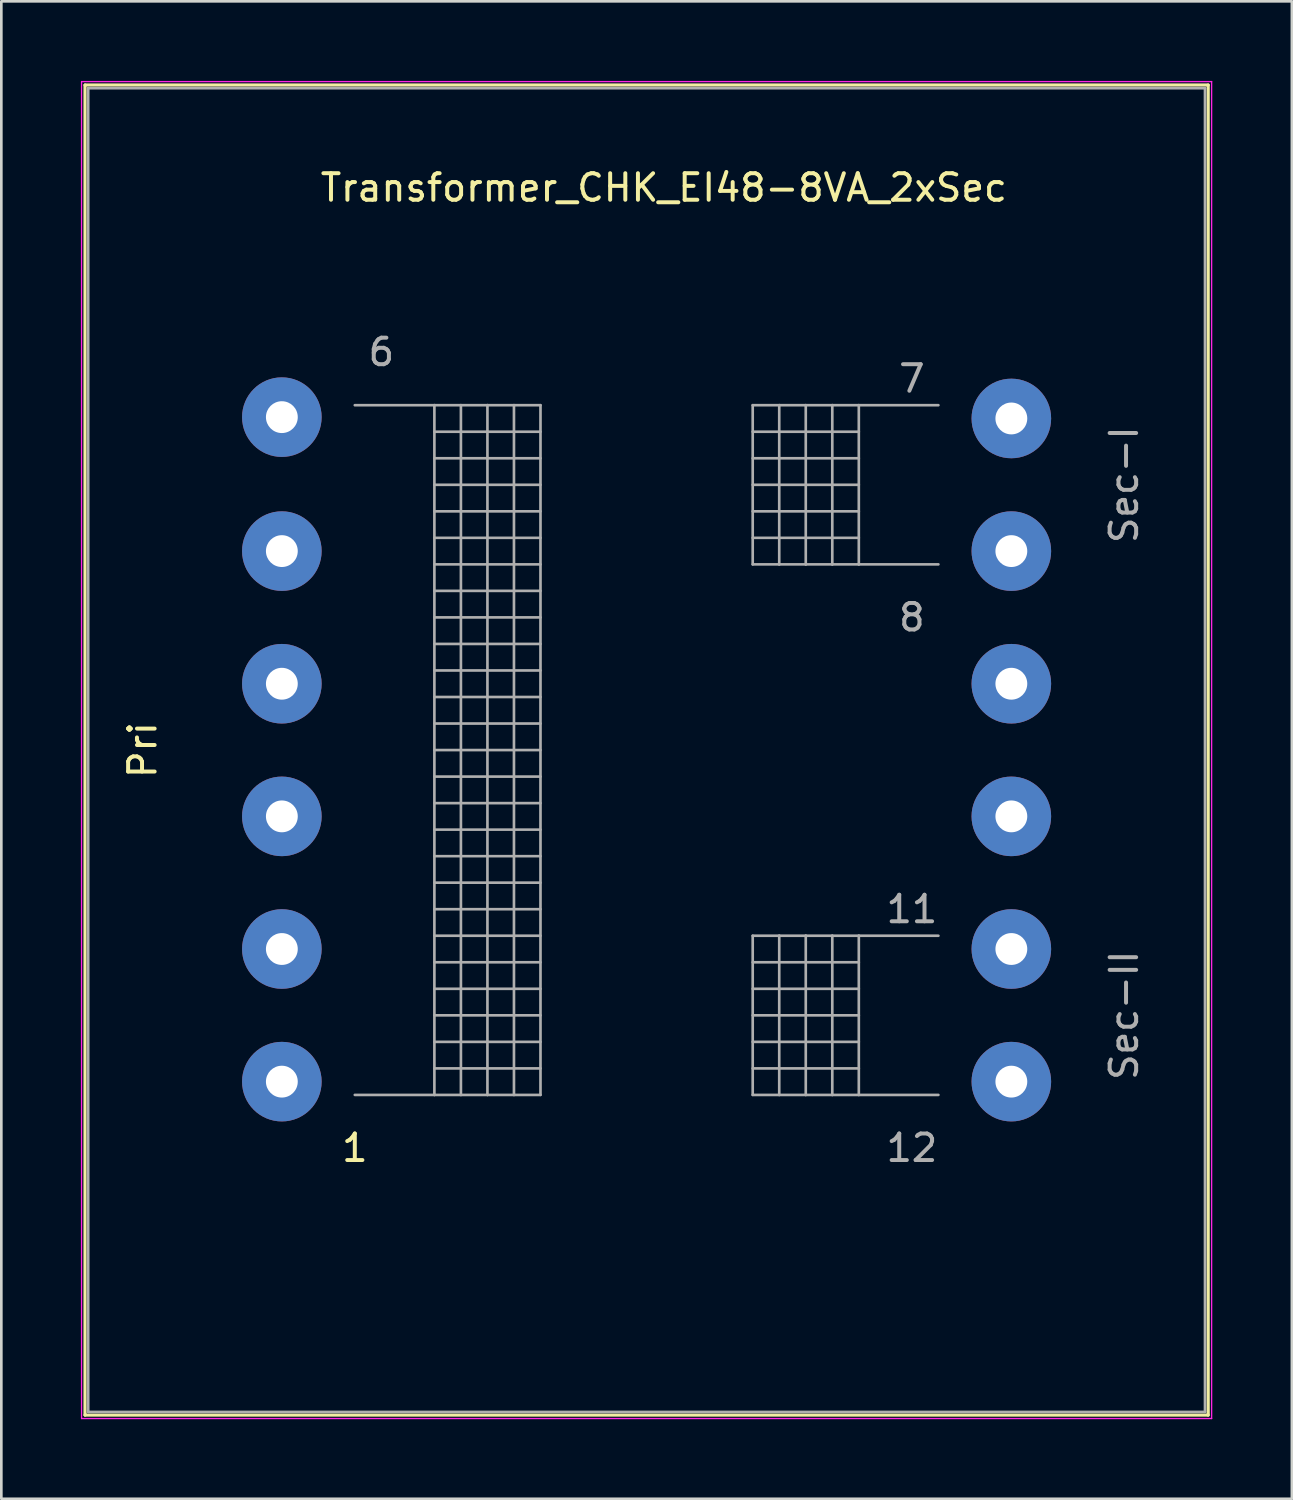
<source format=kicad_pcb>
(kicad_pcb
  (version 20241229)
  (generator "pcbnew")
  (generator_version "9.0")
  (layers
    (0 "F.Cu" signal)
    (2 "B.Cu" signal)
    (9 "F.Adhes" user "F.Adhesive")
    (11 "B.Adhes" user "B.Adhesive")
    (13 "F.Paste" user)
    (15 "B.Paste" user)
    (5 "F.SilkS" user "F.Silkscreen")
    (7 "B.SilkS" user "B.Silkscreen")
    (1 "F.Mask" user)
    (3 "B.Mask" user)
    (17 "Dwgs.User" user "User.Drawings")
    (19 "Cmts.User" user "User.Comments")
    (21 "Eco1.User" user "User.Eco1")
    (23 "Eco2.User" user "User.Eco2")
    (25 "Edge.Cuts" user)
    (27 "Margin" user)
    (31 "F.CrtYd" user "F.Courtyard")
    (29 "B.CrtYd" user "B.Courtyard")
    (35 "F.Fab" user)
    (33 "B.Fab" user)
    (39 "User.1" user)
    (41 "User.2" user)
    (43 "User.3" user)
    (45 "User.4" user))
  (footprint "Transformer_CHK_EI48-8VA_2xSec"
    (layer "F.Cu")
    (at 7.575 37.725)
    (property "Reference" "Transformer_CHK_EI48-8VA_2xSec" (at 14.4 -33.7 0) (layer "F.SilkS") (effects (font (size 1 1) (thickness 0.15))))
    (attr through_hole)
    (fp_line (start -7.42 -37.57) (end -7.42 12.57) (stroke (width 0.12) (type solid)) (layer "F.SilkS"))
    (fp_line (start -7.42 -37.57) (end 34.92 -37.57) (stroke (width 0.12) (type solid)) (layer "F.SilkS"))
    (fp_line (start 34.92 12.57) (end -7.42 12.57) (stroke (width 0.12) (type solid)) (layer "F.SilkS"))
    (fp_line (start 34.92 12.57) (end 34.92 -37.57) (stroke (width 0.12) (type solid)) (layer "F.SilkS"))
    (fp_line (start -7.55 -37.7) (end -7.55 12.7) (stroke (width 0.05) (type solid)) (layer "F.CrtYd"))
    (fp_line (start -7.55 -37.7) (end 35.05 -37.7) (stroke (width 0.05) (type solid)) (layer "F.CrtYd"))
    (fp_line (start 35.05 12.7) (end -7.55 12.7) (stroke (width 0.05) (type solid)) (layer "F.CrtYd"))
    (fp_line (start 35.05 12.7) (end 35.05 -37.7) (stroke (width 0.05) (type solid)) (layer "F.CrtYd"))
    (fp_line (start -7.3 -37.45) (end 34.8 -37.45) (stroke (width 0.1) (type solid)) (layer "F.Fab"))
    (fp_line (start -7.3 12.45) (end -7.3 -37.45) (stroke (width 0.1) (type solid)) (layer "F.Fab"))
    (fp_line (start 2.75 -25.5) (end 5.75 -25.5) (stroke (width 0.1) (type solid)) (layer "F.Fab"))
    (fp_line (start 5.75 -25.5) (end 5.75 0.5) (stroke (width 0.1) (type solid)) (layer "F.Fab"))
    (fp_line (start 5.75 -25.5) (end 6.75 -25.5) (stroke (width 0.1) (type solid)) (layer "F.Fab"))
    (fp_line (start 5.75 -24.5) (end 9.75 -24.5) (stroke (width 0.1) (type solid)) (layer "F.Fab"))
    (fp_line (start 5.75 -23.5) (end 9.75 -23.5) (stroke (width 0.1) (type solid)) (layer "F.Fab"))
    (fp_line (start 5.75 -22.5) (end 9.75 -22.5) (stroke (width 0.1) (type solid)) (layer "F.Fab"))
    (fp_line (start 5.75 -21.5) (end 9.75 -21.5) (stroke (width 0.1) (type solid)) (layer "F.Fab"))
    (fp_line (start 5.75 -20.5) (end 9.75 -20.5) (stroke (width 0.1) (type solid)) (layer "F.Fab"))
    (fp_line (start 5.75 -19.5) (end 9.75 -19.5) (stroke (width 0.1) (type solid)) (layer "F.Fab"))
    (fp_line (start 5.75 -18.5) (end 9.75 -18.5) (stroke (width 0.1) (type solid)) (layer "F.Fab"))
    (fp_line (start 5.75 -17.5) (end 9.75 -17.5) (stroke (width 0.1) (type solid)) (layer "F.Fab"))
    (fp_line (start 5.75 -16.5) (end 9.75 -16.5) (stroke (width 0.1) (type solid)) (layer "F.Fab"))
    (fp_line (start 5.75 -15.5) (end 9.75 -15.5) (stroke (width 0.1) (type solid)) (layer "F.Fab"))
    (fp_line (start 5.75 -13.5) (end 9.75 -13.5) (stroke (width 0.1) (type solid)) (layer "F.Fab"))
    (fp_line (start 5.75 -12.5) (end 9.75 -12.5) (stroke (width 0.1) (type solid)) (layer "F.Fab"))
    (fp_line (start 5.75 -10.5) (end 9.75 -10.5) (stroke (width 0.1) (type solid)) (layer "F.Fab"))
    (fp_line (start 5.75 -8.5) (end 9.75 -8.5) (stroke (width 0.1) (type solid)) (layer "F.Fab"))
    (fp_line (start 5.75 -6.5) (end 9.75 -6.5) (stroke (width 0.1) (type solid)) (layer "F.Fab"))
    (fp_line (start 5.75 -4.5) (end 9.75 -4.5) (stroke (width 0.1) (type solid)) (layer "F.Fab"))
    (fp_line (start 5.75 -2.5) (end 9.75 -2.5) (stroke (width 0.1) (type solid)) (layer "F.Fab"))
    (fp_line (start 5.75 -0.5) (end 9.75 -0.5) (stroke (width 0.1) (type solid)) (layer "F.Fab"))
    (fp_line (start 5.75 0.5) (end 2.75 0.5) (stroke (width 0.1) (type solid)) (layer "F.Fab"))
    (fp_line (start 6.75 -25.5) (end 6.75 0.5) (stroke (width 0.1) (type solid)) (layer "F.Fab"))
    (fp_line (start 6.75 -25.5) (end 7.75 -25.5) (stroke (width 0.1) (type solid)) (layer "F.Fab"))
    (fp_line (start 6.75 0.5) (end 5.75 0.5) (stroke (width 0.1) (type solid)) (layer "F.Fab"))
    (fp_line (start 7.75 -25.5) (end 7.75 0.5) (stroke (width 0.1) (type solid)) (layer "F.Fab"))
    (fp_line (start 7.75 -25.5) (end 8.75 -25.5) (stroke (width 0.1) (type solid)) (layer "F.Fab"))
    (fp_line (start 7.75 0.5) (end 6.75 0.5) (stroke (width 0.1) (type solid)) (layer "F.Fab"))
    (fp_line (start 8.75 -25.5) (end 8.75 0.5) (stroke (width 0.1) (type solid)) (layer "F.Fab"))
    (fp_line (start 8.75 -25.5) (end 9.75 -25.5) (stroke (width 0.1) (type solid)) (layer "F.Fab"))
    (fp_line (start 8.75 0.5) (end 7.75 0.5) (stroke (width 0.1) (type solid)) (layer "F.Fab"))
    (fp_line (start 9.75 -25.5) (end 9.75 0.5) (stroke (width 0.1) (type solid)) (layer "F.Fab"))
    (fp_line (start 9.75 -14.5) (end 5.75 -14.5) (stroke (width 0.1) (type solid)) (layer "F.Fab"))
    (fp_line (start 9.75 -11.5) (end 5.75 -11.5) (stroke (width 0.1) (type solid)) (layer "F.Fab"))
    (fp_line (start 9.75 -9.5) (end 5.75 -9.5) (stroke (width 0.1) (type solid)) (layer "F.Fab"))
    (fp_line (start 9.75 -7.5) (end 5.75 -7.5) (stroke (width 0.1) (type solid)) (layer "F.Fab"))
    (fp_line (start 9.75 -5.5) (end 5.75 -5.5) (stroke (width 0.1) (type solid)) (layer "F.Fab"))
    (fp_line (start 9.75 -3.5) (end 5.75 -3.5) (stroke (width 0.1) (type solid)) (layer "F.Fab"))
    (fp_line (start 9.75 -1.5) (end 5.75 -1.5) (stroke (width 0.1) (type solid)) (layer "F.Fab"))
    (fp_line (start 9.75 0.5) (end 8.75 0.5) (stroke (width 0.1) (type solid)) (layer "F.Fab"))
    (fp_line (start 17.75 -25.5) (end 17.75 -19.5) (stroke (width 0.1) (type solid)) (layer "F.Fab"))
    (fp_line (start 17.75 -24.5) (end 21.75 -24.5) (stroke (width 0.1) (type solid)) (layer "F.Fab"))
    (fp_line (start 17.75 -23.5) (end 21.75 -23.5) (stroke (width 0.1) (type solid)) (layer "F.Fab"))
    (fp_line (start 17.75 -22.5) (end 21.75 -22.5) (stroke (width 0.1) (type solid)) (layer "F.Fab"))
    (fp_line (start 17.75 -21.5) (end 21.75 -21.5) (stroke (width 0.1) (type solid)) (layer "F.Fab"))
    (fp_line (start 17.75 -20.5) (end 21.75 -20.5) (stroke (width 0.1) (type solid)) (layer "F.Fab"))
    (fp_line (start 17.75 -19.5) (end 18.75 -19.5) (stroke (width 0.1) (type solid)) (layer "F.Fab"))
    (fp_line (start 17.75 -5.5) (end 17.75 0.5) (stroke (width 0.1) (type solid)) (layer "F.Fab"))
    (fp_line (start 17.75 -4.5) (end 21.75 -4.5) (stroke (width 0.1) (type solid)) (layer "F.Fab"))
    (fp_line (start 17.75 -3.5) (end 21.75 -3.5) (stroke (width 0.1) (type solid)) (layer "F.Fab"))
    (fp_line (start 17.75 -2.5) (end 21.75 -2.5) (stroke (width 0.1) (type solid)) (layer "F.Fab"))
    (fp_line (start 17.75 -1.5) (end 21.75 -1.5) (stroke (width 0.1) (type solid)) (layer "F.Fab"))
    (fp_line (start 17.75 -0.5) (end 21.75 -0.5) (stroke (width 0.1) (type solid)) (layer "F.Fab"))
    (fp_line (start 17.75 0.5) (end 18.75 0.5) (stroke (width 0.1) (type solid)) (layer "F.Fab"))
    (fp_line (start 18.75 -25.5) (end 17.75 -25.5) (stroke (width 0.1) (type solid)) (layer "F.Fab"))
    (fp_line (start 18.75 -25.5) (end 18.75 -19.5) (stroke (width 0.1) (type solid)) (layer "F.Fab"))
    (fp_line (start 18.75 -19.5) (end 19.75 -19.5) (stroke (width 0.1) (type solid)) (layer "F.Fab"))
    (fp_line (start 18.75 -5.5) (end 17.75 -5.5) (stroke (width 0.1) (type solid)) (layer "F.Fab"))
    (fp_line (start 18.75 -5.5) (end 18.75 0.5) (stroke (width 0.1) (type solid)) (layer "F.Fab"))
    (fp_line (start 18.75 0.5) (end 19.75 0.5) (stroke (width 0.1) (type solid)) (layer "F.Fab"))
    (fp_line (start 19.75 -25.5) (end 18.75 -25.5) (stroke (width 0.1) (type solid)) (layer "F.Fab"))
    (fp_line (start 19.75 -25.5) (end 19.75 -19.5) (stroke (width 0.1) (type solid)) (layer "F.Fab"))
    (fp_line (start 19.75 -19.5) (end 20.75 -19.5) (stroke (width 0.1) (type solid)) (layer "F.Fab"))
    (fp_line (start 19.75 -5.5) (end 18.75 -5.5) (stroke (width 0.1) (type solid)) (layer "F.Fab"))
    (fp_line (start 19.75 -5.5) (end 19.75 0.5) (stroke (width 0.1) (type solid)) (layer "F.Fab"))
    (fp_line (start 19.75 0.5) (end 20.75 0.5) (stroke (width 0.1) (type solid)) (layer "F.Fab"))
    (fp_line (start 20.75 -25.5) (end 19.75 -25.5) (stroke (width 0.1) (type solid)) (layer "F.Fab"))
    (fp_line (start 20.75 -25.5) (end 20.75 -19.5) (stroke (width 0.1) (type solid)) (layer "F.Fab"))
    (fp_line (start 20.75 -19.5) (end 21.75 -19.5) (stroke (width 0.1) (type solid)) (layer "F.Fab"))
    (fp_line (start 20.75 -5.5) (end 19.75 -5.5) (stroke (width 0.1) (type solid)) (layer "F.Fab"))
    (fp_line (start 20.75 -5.5) (end 20.75 0.5) (stroke (width 0.1) (type solid)) (layer "F.Fab"))
    (fp_line (start 20.75 0.5) (end 21.75 0.5) (stroke (width 0.1) (type solid)) (layer "F.Fab"))
    (fp_line (start 21.75 -25.5) (end 20.75 -25.5) (stroke (width 0.1) (type solid)) (layer "F.Fab"))
    (fp_line (start 21.75 -25.5) (end 21.75 -19.5) (stroke (width 0.1) (type solid)) (layer "F.Fab"))
    (fp_line (start 21.75 -19.5) (end 24.75 -19.5) (stroke (width 0.1) (type solid)) (layer "F.Fab"))
    (fp_line (start 21.75 -5.5) (end 20.75 -5.5) (stroke (width 0.1) (type solid)) (layer "F.Fab"))
    (fp_line (start 21.75 -5.5) (end 21.75 0.5) (stroke (width 0.1) (type solid)) (layer "F.Fab"))
    (fp_line (start 21.75 0.5) (end 24.75 0.5) (stroke (width 0.1) (type solid)) (layer "F.Fab"))
    (fp_line (start 24.75 -25.5) (end 21.75 -25.5) (stroke (width 0.1) (type solid)) (layer "F.Fab"))
    (fp_line (start 24.75 -5.5) (end 21.75 -5.5) (stroke (width 0.1) (type solid)) (layer "F.Fab"))
    (fp_line (start 34.8 -37.45) (end 34.8 12.45) (stroke (width 0.1) (type solid)) (layer "F.Fab"))
    (fp_line (start 34.8 12.45) (end -7.3 12.45) (stroke (width 0.1) (type solid)) (layer "F.Fab"))
    (fp_text user "Pri" (at -5.25 -12.5 90) (layer "F.SilkS") (effects (font (size 1 1) (thickness 0.15))))
    (fp_text user "1" (at 2.75 2.5 0) (layer "F.SilkS") (effects (font (size 1 1) (thickness 0.15))))
    (fp_text user "11" (at 23.75 -6.5 0) (layer "F.Fab") (effects (font (size 1 1) (thickness 0.15))))
    (fp_text user "7" (at 23.75 -26.5 0) (layer "F.Fab") (effects (font (size 1 1) (thickness 0.15))))
    (fp_text user "Sec-II" (at 31.75 -2.5 90) (layer "F.Fab") (effects (font (size 1 1) (thickness 0.15))))
    (fp_text user "6" (at 3.75 -27.5 0) (layer "F.Fab") (effects (font (size 1 1) (thickness 0.15))))
    (fp_text user "12" (at 23.75 2.5 0) (layer "F.Fab") (effects (font (size 1 1) (thickness 0.15))))
    (fp_text user "Sec-I" (at 31.75 -22.5 90) (layer "F.Fab") (effects (font (size 1 1) (thickness 0.15))))
    (fp_text user "8" (at 23.75 -17.5 0) (layer "F.Fab") (effects (font (size 1 1) (thickness 0.15))))
    (pad "1" thru_hole circle (at 0 0) (size 3 3) (drill 1.2) (layers "*.Cu" "*.Mask"))
    (pad "2" thru_hole circle (at 0 -5) (size 3 3) (drill 1.2) (layers "*.Cu" "*.Mask"))
    (pad "3" thru_hole circle (at 0 -10) (size 3 3) (drill 1.2) (layers "*.Cu" "*.Mask"))
    (pad "4" thru_hole circle (at 0 -15) (size 3 3) (drill 1.2) (layers "*.Cu" "*.Mask"))
    (pad "5" thru_hole circle (at 0 -20) (size 3 3) (drill 1.2) (layers "*.Cu" "*.Mask"))
    (pad "6" thru_hole circle (at 0 -25.05) (size 3 3) (drill 1.2) (layers "*.Cu" "*.Mask"))
    (pad "7" thru_hole circle (at 27.5 -25) (size 3 3) (drill 1.2) (layers "*.Cu" "*.Mask"))
    (pad "8" thru_hole circle (at 27.5 -20) (size 3 3) (drill 1.2) (layers "*.Cu" "*.Mask"))
    (pad "9" thru_hole circle (at 27.5 -15) (size 3 3) (drill 1.2) (layers "*.Cu" "*.Mask"))
    (pad "10" thru_hole circle (at 27.5 -10) (size 3 3) (drill 1.2) (layers "*.Cu" "*.Mask"))
    (pad "11" thru_hole circle (at 27.5 -5) (size 3 3) (drill 1.2) (layers "*.Cu" "*.Mask"))
    (pad "12" thru_hole circle (at 27.5 0) (size 3 3) (drill 1.2) (layers "*.Cu" "*.Mask")))
  (gr_rect
    (start -3 -3)
    (end 45.65 53.45)
    (stroke (width 0.1) (type default))
    (fill no)
    (layer "Edge.Cuts")))
</source>
